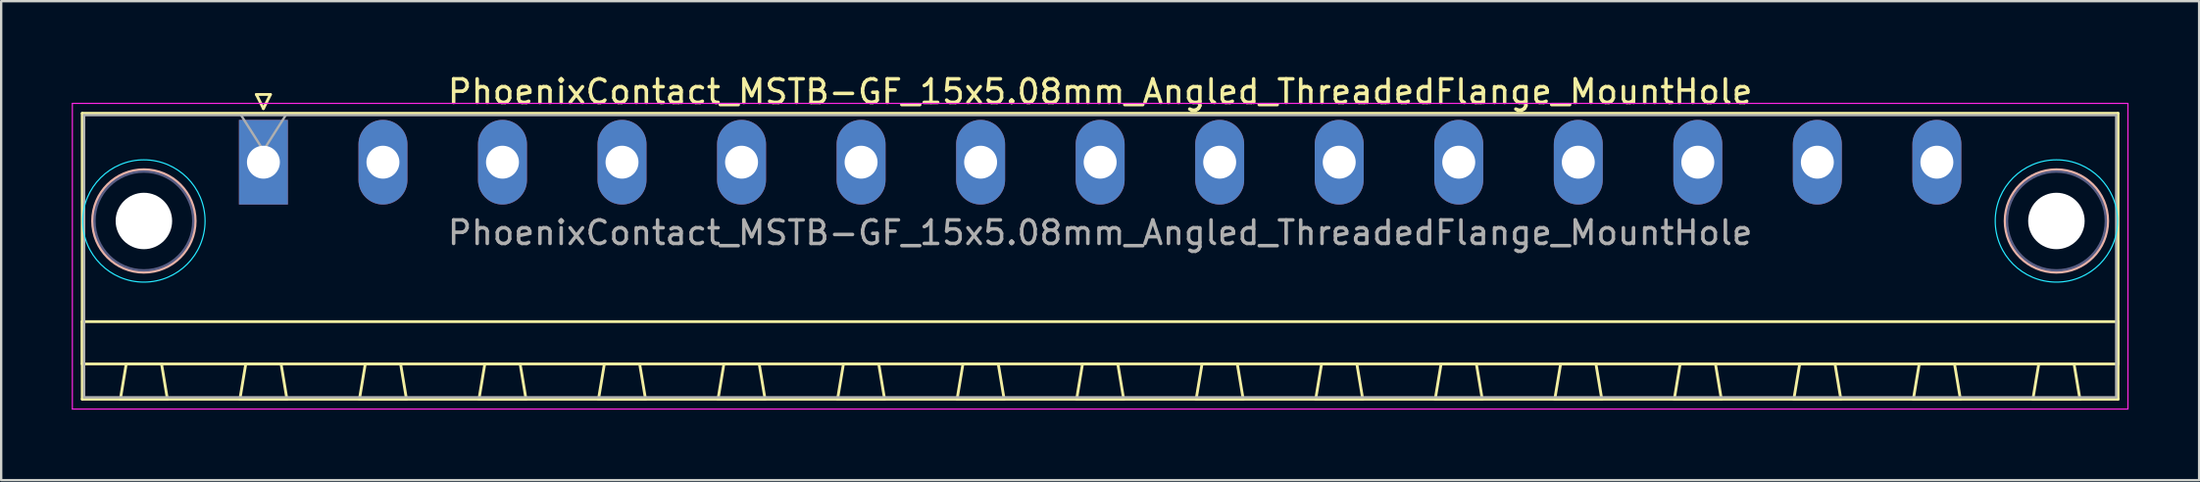
<source format=kicad_pcb>
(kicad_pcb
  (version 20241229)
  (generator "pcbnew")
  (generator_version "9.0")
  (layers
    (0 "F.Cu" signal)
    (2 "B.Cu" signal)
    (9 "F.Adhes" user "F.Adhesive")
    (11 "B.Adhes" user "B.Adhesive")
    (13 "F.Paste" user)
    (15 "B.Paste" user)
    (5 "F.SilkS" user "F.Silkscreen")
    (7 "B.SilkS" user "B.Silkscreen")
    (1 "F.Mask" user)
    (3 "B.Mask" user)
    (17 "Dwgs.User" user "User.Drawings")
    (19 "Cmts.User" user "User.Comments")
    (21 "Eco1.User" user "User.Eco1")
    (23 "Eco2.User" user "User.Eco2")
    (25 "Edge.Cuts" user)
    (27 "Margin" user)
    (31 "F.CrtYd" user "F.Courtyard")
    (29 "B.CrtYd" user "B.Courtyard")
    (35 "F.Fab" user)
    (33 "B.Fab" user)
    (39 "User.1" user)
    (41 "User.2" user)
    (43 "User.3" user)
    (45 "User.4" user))
  (footprint "PhoenixContact_MSTB-GF_15x5.08mm_Angled_ThreadedFlange_MountHole"
    (layer "F.Cu")
    (at 8.145 3.848)
    (property "Reference" "PhoenixContact_MSTB-GF_15x5.08mm_Angled_ThreadedFlange_MountHole" (at 35.56 -3 0) (layer "F.SilkS") (effects (font (size 1 1) (thickness 0.15))))
    (attr through_hole)
    (fp_line (start -7.7 -2.08) (end -7.7 10.08) (stroke (width 0.12) (type solid)) (layer "F.SilkS"))
    (fp_line (start -7.7 6.78) (end 78.82 6.78) (stroke (width 0.12) (type solid)) (layer "F.SilkS"))
    (fp_line (start -7.7 8.58) (end -7.7 6.78) (stroke (width 0.12) (type solid)) (layer "F.SilkS"))
    (fp_line (start -7.7 10.08) (end 78.82 10.08) (stroke (width 0.12) (type solid)) (layer "F.SilkS"))
    (fp_line (start -6.08 10.08) (end -4.08 10.08) (stroke (width 0.12) (type solid)) (layer "F.SilkS"))
    (fp_line (start -5.83 8.58) (end -6.08 10.08) (stroke (width 0.12) (type solid)) (layer "F.SilkS"))
    (fp_line (start -4.33 8.58) (end -5.83 8.58) (stroke (width 0.12) (type solid)) (layer "F.SilkS"))
    (fp_line (start -4.08 10.08) (end -4.33 8.58) (stroke (width 0.12) (type solid)) (layer "F.SilkS"))
    (fp_line (start -1 10.08) (end 1 10.08) (stroke (width 0.12) (type solid)) (layer "F.SilkS"))
    (fp_line (start -0.75 8.58) (end -1 10.08) (stroke (width 0.12) (type solid)) (layer "F.SilkS"))
    (fp_line (start -0.3 -2.88) (end 0.3 -2.88) (stroke (width 0.12) (type solid)) (layer "F.SilkS"))
    (fp_line (start 0 -2.28) (end -0.3 -2.88) (stroke (width 0.12) (type solid)) (layer "F.SilkS"))
    (fp_line (start 0.3 -2.88) (end 0 -2.28) (stroke (width 0.12) (type solid)) (layer "F.SilkS"))
    (fp_line (start 0.75 8.58) (end -0.75 8.58) (stroke (width 0.12) (type solid)) (layer "F.SilkS"))
    (fp_line (start 1 10.08) (end 0.75 8.58) (stroke (width 0.12) (type solid)) (layer "F.SilkS"))
    (fp_line (start 4.08 10.08) (end 6.08 10.08) (stroke (width 0.12) (type solid)) (layer "F.SilkS"))
    (fp_line (start 4.33 8.58) (end 4.08 10.08) (stroke (width 0.12) (type solid)) (layer "F.SilkS"))
    (fp_line (start 5.83 8.58) (end 4.33 8.58) (stroke (width 0.12) (type solid)) (layer "F.SilkS"))
    (fp_line (start 6.08 10.08) (end 5.83 8.58) (stroke (width 0.12) (type solid)) (layer "F.SilkS"))
    (fp_line (start 9.16 10.08) (end 11.16 10.08) (stroke (width 0.12) (type solid)) (layer "F.SilkS"))
    (fp_line (start 9.41 8.58) (end 9.16 10.08) (stroke (width 0.12) (type solid)) (layer "F.SilkS"))
    (fp_line (start 10.91 8.58) (end 9.41 8.58) (stroke (width 0.12) (type solid)) (layer "F.SilkS"))
    (fp_line (start 11.16 10.08) (end 10.91 8.58) (stroke (width 0.12) (type solid)) (layer "F.SilkS"))
    (fp_line (start 14.24 10.08) (end 16.24 10.08) (stroke (width 0.12) (type solid)) (layer "F.SilkS"))
    (fp_line (start 14.49 8.58) (end 14.24 10.08) (stroke (width 0.12) (type solid)) (layer "F.SilkS"))
    (fp_line (start 15.99 8.58) (end 14.49 8.58) (stroke (width 0.12) (type solid)) (layer "F.SilkS"))
    (fp_line (start 16.24 10.08) (end 15.99 8.58) (stroke (width 0.12) (type solid)) (layer "F.SilkS"))
    (fp_line (start 19.32 10.08) (end 21.32 10.08) (stroke (width 0.12) (type solid)) (layer "F.SilkS"))
    (fp_line (start 19.57 8.58) (end 19.32 10.08) (stroke (width 0.12) (type solid)) (layer "F.SilkS"))
    (fp_line (start 21.07 8.58) (end 19.57 8.58) (stroke (width 0.12) (type solid)) (layer "F.SilkS"))
    (fp_line (start 21.32 10.08) (end 21.07 8.58) (stroke (width 0.12) (type solid)) (layer "F.SilkS"))
    (fp_line (start 24.4 10.08) (end 26.4 10.08) (stroke (width 0.12) (type solid)) (layer "F.SilkS"))
    (fp_line (start 24.65 8.58) (end 24.4 10.08) (stroke (width 0.12) (type solid)) (layer "F.SilkS"))
    (fp_line (start 26.15 8.58) (end 24.65 8.58) (stroke (width 0.12) (type solid)) (layer "F.SilkS"))
    (fp_line (start 26.4 10.08) (end 26.15 8.58) (stroke (width 0.12) (type solid)) (layer "F.SilkS"))
    (fp_line (start 29.48 10.08) (end 31.48 10.08) (stroke (width 0.12) (type solid)) (layer "F.SilkS"))
    (fp_line (start 29.73 8.58) (end 29.48 10.08) (stroke (width 0.12) (type solid)) (layer "F.SilkS"))
    (fp_line (start 31.23 8.58) (end 29.73 8.58) (stroke (width 0.12) (type solid)) (layer "F.SilkS"))
    (fp_line (start 31.48 10.08) (end 31.23 8.58) (stroke (width 0.12) (type solid)) (layer "F.SilkS"))
    (fp_line (start 34.56 10.08) (end 36.56 10.08) (stroke (width 0.12) (type solid)) (layer "F.SilkS"))
    (fp_line (start 34.81 8.58) (end 34.56 10.08) (stroke (width 0.12) (type solid)) (layer "F.SilkS"))
    (fp_line (start 36.31 8.58) (end 34.81 8.58) (stroke (width 0.12) (type solid)) (layer "F.SilkS"))
    (fp_line (start 36.56 10.08) (end 36.31 8.58) (stroke (width 0.12) (type solid)) (layer "F.SilkS"))
    (fp_line (start 39.64 10.08) (end 41.64 10.08) (stroke (width 0.12) (type solid)) (layer "F.SilkS"))
    (fp_line (start 39.89 8.58) (end 39.64 10.08) (stroke (width 0.12) (type solid)) (layer "F.SilkS"))
    (fp_line (start 41.39 8.58) (end 39.89 8.58) (stroke (width 0.12) (type solid)) (layer "F.SilkS"))
    (fp_line (start 41.64 10.08) (end 41.39 8.58) (stroke (width 0.12) (type solid)) (layer "F.SilkS"))
    (fp_line (start 44.72 10.08) (end 46.72 10.08) (stroke (width 0.12) (type solid)) (layer "F.SilkS"))
    (fp_line (start 44.97 8.58) (end 44.72 10.08) (stroke (width 0.12) (type solid)) (layer "F.SilkS"))
    (fp_line (start 46.47 8.58) (end 44.97 8.58) (stroke (width 0.12) (type solid)) (layer "F.SilkS"))
    (fp_line (start 46.72 10.08) (end 46.47 8.58) (stroke (width 0.12) (type solid)) (layer "F.SilkS"))
    (fp_line (start 49.8 10.08) (end 51.8 10.08) (stroke (width 0.12) (type solid)) (layer "F.SilkS"))
    (fp_line (start 50.05 8.58) (end 49.8 10.08) (stroke (width 0.12) (type solid)) (layer "F.SilkS"))
    (fp_line (start 51.55 8.58) (end 50.05 8.58) (stroke (width 0.12) (type solid)) (layer "F.SilkS"))
    (fp_line (start 51.8 10.08) (end 51.55 8.58) (stroke (width 0.12) (type solid)) (layer "F.SilkS"))
    (fp_line (start 54.88 10.08) (end 56.88 10.08) (stroke (width 0.12) (type solid)) (layer "F.SilkS"))
    (fp_line (start 55.13 8.58) (end 54.88 10.08) (stroke (width 0.12) (type solid)) (layer "F.SilkS"))
    (fp_line (start 56.63 8.58) (end 55.13 8.58) (stroke (width 0.12) (type solid)) (layer "F.SilkS"))
    (fp_line (start 56.88 10.08) (end 56.63 8.58) (stroke (width 0.12) (type solid)) (layer "F.SilkS"))
    (fp_line (start 59.96 10.08) (end 61.96 10.08) (stroke (width 0.12) (type solid)) (layer "F.SilkS"))
    (fp_line (start 60.21 8.58) (end 59.96 10.08) (stroke (width 0.12) (type solid)) (layer "F.SilkS"))
    (fp_line (start 61.71 8.58) (end 60.21 8.58) (stroke (width 0.12) (type solid)) (layer "F.SilkS"))
    (fp_line (start 61.96 10.08) (end 61.71 8.58) (stroke (width 0.12) (type solid)) (layer "F.SilkS"))
    (fp_line (start 65.04 10.08) (end 67.04 10.08) (stroke (width 0.12) (type solid)) (layer "F.SilkS"))
    (fp_line (start 65.29 8.58) (end 65.04 10.08) (stroke (width 0.12) (type solid)) (layer "F.SilkS"))
    (fp_line (start 66.79 8.58) (end 65.29 8.58) (stroke (width 0.12) (type solid)) (layer "F.SilkS"))
    (fp_line (start 67.04 10.08) (end 66.79 8.58) (stroke (width 0.12) (type solid)) (layer "F.SilkS"))
    (fp_line (start 70.12 10.08) (end 72.12 10.08) (stroke (width 0.12) (type solid)) (layer "F.SilkS"))
    (fp_line (start 70.37 8.58) (end 70.12 10.08) (stroke (width 0.12) (type solid)) (layer "F.SilkS"))
    (fp_line (start 71.87 8.58) (end 70.37 8.58) (stroke (width 0.12) (type solid)) (layer "F.SilkS"))
    (fp_line (start 72.12 10.08) (end 71.87 8.58) (stroke (width 0.12) (type solid)) (layer "F.SilkS"))
    (fp_line (start 75.2 10.08) (end 77.2 10.08) (stroke (width 0.12) (type solid)) (layer "F.SilkS"))
    (fp_line (start 75.45 8.58) (end 75.2 10.08) (stroke (width 0.12) (type solid)) (layer "F.SilkS"))
    (fp_line (start 76.95 8.58) (end 75.45 8.58) (stroke (width 0.12) (type solid)) (layer "F.SilkS"))
    (fp_line (start 77.2 10.08) (end 76.95 8.58) (stroke (width 0.12) (type solid)) (layer "F.SilkS"))
    (fp_line (start 78.82 -2.08) (end -7.7 -2.08) (stroke (width 0.12) (type solid)) (layer "F.SilkS"))
    (fp_line (start 78.82 6.78) (end 78.82 8.58) (stroke (width 0.12) (type solid)) (layer "F.SilkS"))
    (fp_line (start 78.82 8.58) (end -7.7 8.58) (stroke (width 0.12) (type solid)) (layer "F.SilkS"))
    (fp_line (start 78.82 10.08) (end 78.82 -2.08) (stroke (width 0.12) (type solid)) (layer "F.SilkS"))
    (fp_circle (center -5.08 2.5) (end -2.9 2.5) (stroke (width 0.12) (type solid)) (fill no) (layer "B.SilkS"))
    (fp_circle (center 76.2 2.5) (end 78.38 2.5) (stroke (width 0.12) (type solid)) (fill no) (layer "B.SilkS"))
    (fp_circle (center -5.08 2.5) (end -2.48 2.5) (stroke (width 0.05) (type solid)) (fill no) (layer "B.CrtYd"))
    (fp_circle (center 76.2 2.5) (end 78.8 2.5) (stroke (width 0.05) (type solid)) (fill no) (layer "B.CrtYd"))
    (fp_line (start -8.12 -2.5) (end -8.12 10.5) (stroke (width 0.05) (type solid)) (layer "F.CrtYd"))
    (fp_line (start -8.12 10.5) (end 79.24 10.5) (stroke (width 0.05) (type solid)) (layer "F.CrtYd"))
    (fp_line (start 79.24 -2.5) (end -8.12 -2.5) (stroke (width 0.05) (type solid)) (layer "F.CrtYd"))
    (fp_line (start 79.24 10.5) (end 79.24 -2.5) (stroke (width 0.05) (type solid)) (layer "F.CrtYd"))
    (fp_circle (center -5.08 2.5) (end -2.98 2.5) (stroke (width 0.1) (type solid)) (fill no) (layer "B.Fab"))
    (fp_circle (center 76.2 2.5) (end 78.3 2.5) (stroke (width 0.1) (type solid)) (fill no) (layer "B.Fab"))
    (fp_line (start -7.62 -2) (end -7.62 10) (stroke (width 0.1) (type solid)) (layer "F.Fab"))
    (fp_line (start -7.62 10) (end 78.74 10) (stroke (width 0.1) (type solid)) (layer "F.Fab"))
    (fp_line (start 0 -0.5) (end -0.95 -2) (stroke (width 0.1) (type solid)) (layer "F.Fab"))
    (fp_line (start 0.95 -2) (end 0 -0.5) (stroke (width 0.1) (type solid)) (layer "F.Fab"))
    (fp_line (start 78.74 -2) (end -7.62 -2) (stroke (width 0.1) (type solid)) (layer "F.Fab"))
    (fp_line (start 78.74 10) (end 78.74 -2) (stroke (width 0.1) (type solid)) (layer "F.Fab"))
    (fp_text user "${REFERENCE}" (at 35.56 3 0) (layer "F.Fab") (effects (font (size 1 1) (thickness 0.15))))
    (pad "" np_thru_hole circle (at -5.08 2.5) (size 2.4 2.4) (drill 2.4) (layers "*.Cu" "*.Mask"))
    (pad "" np_thru_hole circle (at 76.2 2.5) (size 2.4 2.4) (drill 2.4) (layers "*.Cu" "*.Mask"))
    (pad "1" thru_hole rect (at 0 0) (size 2.08 3.6) (drill 1.4) (layers "*.Cu" "*.Mask"))
    (pad "2" thru_hole oval (at 5.08 0) (size 2.08 3.6) (drill 1.4) (layers "*.Cu" "*.Mask"))
    (pad "3" thru_hole oval (at 10.16 0) (size 2.08 3.6) (drill 1.4) (layers "*.Cu" "*.Mask"))
    (pad "4" thru_hole oval (at 15.24 0) (size 2.08 3.6) (drill 1.4) (layers "*.Cu" "*.Mask"))
    (pad "5" thru_hole oval (at 20.32 0) (size 2.08 3.6) (drill 1.4) (layers "*.Cu" "*.Mask"))
    (pad "6" thru_hole oval (at 25.4 0) (size 2.08 3.6) (drill 1.4) (layers "*.Cu" "*.Mask"))
    (pad "7" thru_hole oval (at 30.48 0) (size 2.08 3.6) (drill 1.4) (layers "*.Cu" "*.Mask"))
    (pad "8" thru_hole oval (at 35.56 0) (size 2.08 3.6) (drill 1.4) (layers "*.Cu" "*.Mask"))
    (pad "9" thru_hole oval (at 40.64 0) (size 2.08 3.6) (drill 1.4) (layers "*.Cu" "*.Mask"))
    (pad "10" thru_hole oval (at 45.72 0) (size 2.08 3.6) (drill 1.4) (layers "*.Cu" "*.Mask"))
    (pad "11" thru_hole oval (at 50.8 0) (size 2.08 3.6) (drill 1.4) (layers "*.Cu" "*.Mask"))
    (pad "12" thru_hole oval (at 55.88 0) (size 2.08 3.6) (drill 1.4) (layers "*.Cu" "*.Mask"))
    (pad "13" thru_hole oval (at 60.96 0) (size 2.08 3.6) (drill 1.4) (layers "*.Cu" "*.Mask"))
    (pad "14" thru_hole oval (at 66.04 0) (size 2.08 3.6) (drill 1.4) (layers "*.Cu" "*.Mask"))
    (pad "15" thru_hole oval (at 71.12 0) (size 2.08 3.6) (drill 1.4) (layers "*.Cu" "*.Mask")))
  (gr_rect
    (start -3 -3)
    (end 90.41 17.373)
    (stroke (width 0.1) (type default))
    (fill no)
    (layer "Edge.Cuts")))
</source>
